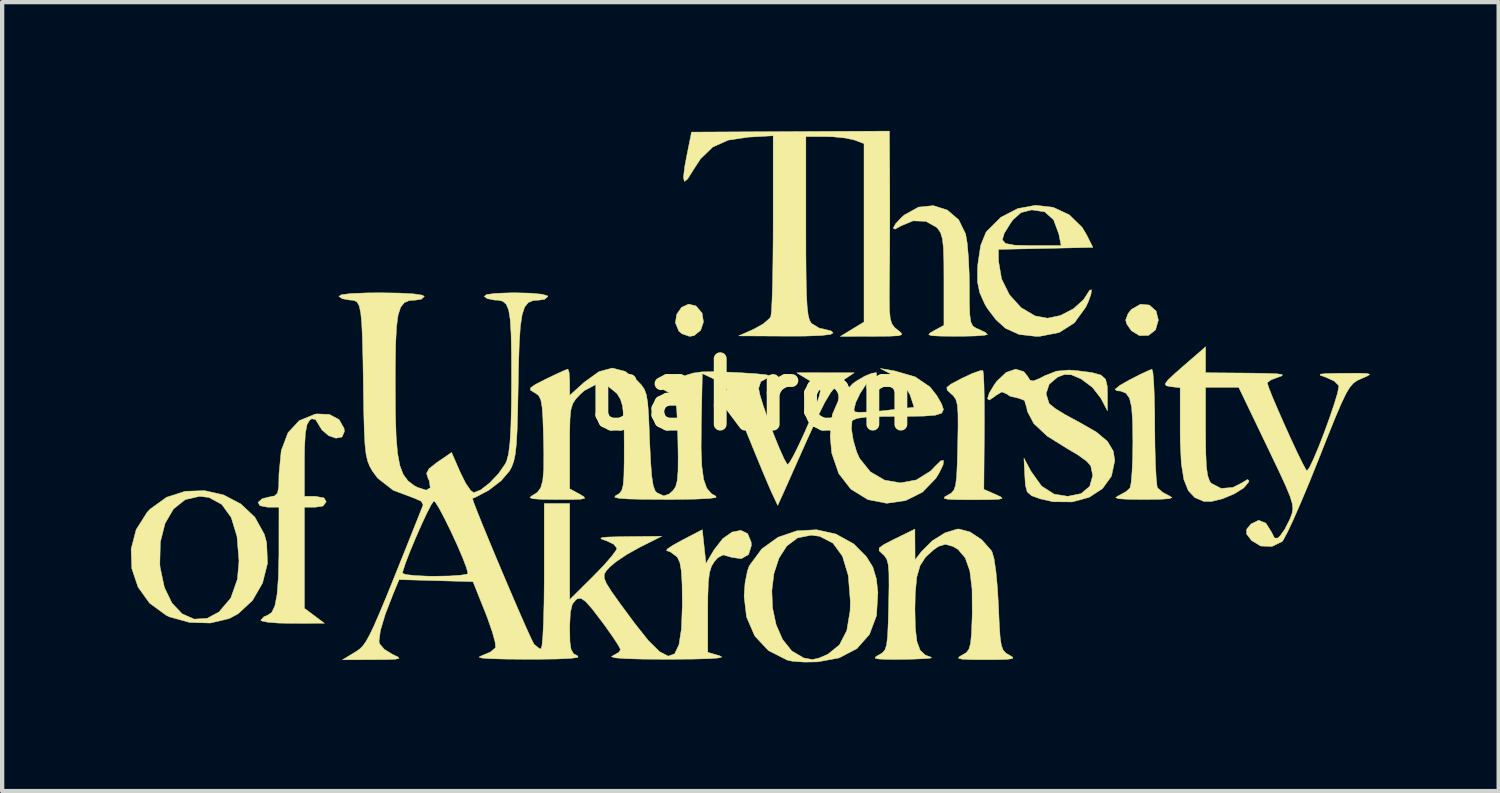
<source format=kicad_pcb>
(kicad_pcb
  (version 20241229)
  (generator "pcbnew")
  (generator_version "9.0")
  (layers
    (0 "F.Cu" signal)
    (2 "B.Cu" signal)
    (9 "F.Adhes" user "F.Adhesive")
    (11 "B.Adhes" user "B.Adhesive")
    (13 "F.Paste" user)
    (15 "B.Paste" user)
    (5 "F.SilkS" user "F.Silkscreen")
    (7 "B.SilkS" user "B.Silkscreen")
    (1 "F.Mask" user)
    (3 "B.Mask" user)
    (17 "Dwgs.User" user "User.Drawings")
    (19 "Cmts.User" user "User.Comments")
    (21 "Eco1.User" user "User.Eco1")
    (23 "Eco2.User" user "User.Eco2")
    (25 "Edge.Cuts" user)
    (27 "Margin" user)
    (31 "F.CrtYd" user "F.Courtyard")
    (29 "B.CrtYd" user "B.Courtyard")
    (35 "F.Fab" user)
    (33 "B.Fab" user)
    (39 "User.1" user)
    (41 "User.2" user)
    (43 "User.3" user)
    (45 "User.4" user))
  (footprint "uakron"
    (layer "F.Cu")
    (at 14.457 6.143)
    (property "Reference" "uakron" (at 0 0 0) (layer "F.SilkS") (effects (font (size 1.524 1.524) (thickness 0.3))))
    (attr through_hole)
    (fp_poly (pts (xy -1.291 -2.065) (xy -1.149 -1.899) (xy -1.116 -1.691) (xy -1.182 -1.497) (xy -1.335 -1.373) (xy -1.439 -1.355) (xy -1.618 -1.416) (xy -1.689 -1.477) (xy -1.77 -1.671) (xy -1.739 -1.871) (xy -1.627 -2.031) (xy -1.462 -2.107) (xy -1.291 -2.065)) (stroke (width 0.01) (type solid)) (fill yes) (layer "F.SilkS"))
    (fp_poly (pts (xy 9.274 -2.085) (xy 9.43 -1.946) (xy 9.483 -1.736) (xy 9.417 -1.506) (xy 9.254 -1.378) (xy 9.043 -1.373) (xy 8.854 -1.488) (xy 8.746 -1.644) (xy 8.721 -1.736) (xy 8.776 -1.884) (xy 8.854 -1.984) (xy 9.066 -2.104) (xy 9.274 -2.085)) (stroke (width 0.01) (type solid)) (fill yes) (layer "F.SilkS"))
    (fp_poly (pts (xy 5.409 -0.465) (xy 5.42 -0.229) (xy 5.427 0.116) (xy 5.429 0.543) (xy 5.428 0.846) (xy 5.417 2.209) (xy 5.693 2.329) (xy 5.811 2.384) (xy 5.843 2.419) (xy 5.77 2.439) (xy 5.57 2.448) (xy 5.224 2.451) (xy 5.165 2.451) (xy 4.799 2.449) (xy 4.581 2.44) (xy 4.491 2.419) (xy 4.507 2.383) (xy 4.572 2.346) (xy 4.66 2.295) (xy 4.72 2.226) (xy 4.759 2.109) (xy 4.783 1.913) (xy 4.797 1.608) (xy 4.808 1.183) (xy 4.816 0.74) (xy 4.814 0.435) (xy 4.798 0.236) (xy 4.764 0.112) (xy 4.707 0.029) (xy 4.655 -0.017) (xy 4.563 -0.102) (xy 4.555 -0.168) (xy 4.653 -0.245) (xy 4.878 -0.364) (xy 4.914 -0.383) (xy 5.156 -0.495) (xy 5.333 -0.557) (xy 5.395 -0.56) (xy 5.409 -0.465)) (stroke (width 0.01) (type solid)) (fill yes) (layer "F.SilkS"))
    (fp_poly (pts (xy 9.356 -0.51) (xy 9.375 -0.291) (xy 9.389 0.041) (xy 9.398 0.457) (xy 9.399 0.741) (xy 9.404 1.204) (xy 9.415 1.611) (xy 9.432 1.929) (xy 9.452 2.128) (xy 9.465 2.176) (xy 9.589 2.283) (xy 9.739 2.361) (xy 9.8 2.4) (xy 9.738 2.426) (xy 9.538 2.44) (xy 9.186 2.445) (xy 9.144 2.445) (xy 8.776 2.441) (xy 8.563 2.428) (xy 8.489 2.403) (xy 8.538 2.365) (xy 8.549 2.361) (xy 8.731 2.261) (xy 8.823 2.176) (xy 8.849 2.055) (xy 8.87 1.802) (xy 8.884 1.457) (xy 8.889 1.096) (xy 8.883 0.624) (xy 8.86 0.295) (xy 8.811 0.085) (xy 8.728 -0.032) (xy 8.603 -0.081) (xy 8.513 -0.089) (xy 8.474 -0.122) (xy 8.587 -0.214) (xy 8.805 -0.339) (xy 9.059 -0.468) (xy 9.253 -0.559) (xy 9.335 -0.589) (xy 9.356 -0.51)) (stroke (width 0.01) (type solid)) (fill yes) (layer "F.SilkS"))
    (fp_poly (pts (xy 4.565 -4.299) (xy 4.83 -4.072) (xy 4.992 -3.743) (xy 5.029 -3.526) (xy 5.058 -3.191) (xy 5.076 -2.792) (xy 5.08 -2.517) (xy 5.081 -2.114) (xy 5.091 -1.848) (xy 5.115 -1.687) (xy 5.16 -1.597) (xy 5.234 -1.547) (xy 5.292 -1.524) (xy 5.448 -1.45) (xy 5.503 -1.399) (xy 5.425 -1.38) (xy 5.216 -1.365) (xy 4.914 -1.358) (xy 4.763 -1.358) (xy 4.413 -1.361) (xy 4.21 -1.371) (xy 4.133 -1.393) (xy 4.159 -1.432) (xy 4.255 -1.488) (xy 4.487 -1.614) (xy 4.487 -2.67) (xy 4.485 -3.118) (xy 4.474 -3.429) (xy 4.45 -3.635) (xy 4.409 -3.77) (xy 4.347 -3.864) (xy 4.318 -3.895) (xy 4.067 -4.036) (xy 3.767 -4.047) (xy 3.49 -3.932) (xy 3.347 -3.854) (xy 3.306 -3.878) (xy 3.36 -3.979) (xy 3.503 -4.131) (xy 3.562 -4.183) (xy 3.894 -4.367) (xy 4.241 -4.402) (xy 4.565 -4.299)) (stroke (width 0.01) (type solid)) (fill yes) (layer "F.SilkS"))
    (fp_poly (pts (xy -12.295 2.34) (xy -11.895 2.55) (xy -11.569 2.857) (xy -11.349 3.254) (xy -11.294 3.45) (xy -11.274 3.932) (xy -11.39 4.394) (xy -11.625 4.799) (xy -11.96 5.109) (xy -12.167 5.22) (xy -12.607 5.324) (xy -13.094 5.309) (xy -13.557 5.18) (xy -13.634 5.144) (xy -14.021 4.861) (xy -14.29 4.487) (xy -14.436 4.055) (xy -14.439 3.951) (xy -13.783 3.951) (xy -13.776 4.027) (xy -13.677 4.493) (xy -13.5 4.859) (xy -13.262 5.11) (xy -12.982 5.233) (xy -12.68 5.214) (xy -12.405 5.066) (xy -12.13 4.743) (xy -11.975 4.303) (xy -11.938 3.876) (xy -11.985 3.307) (xy -12.119 2.866) (xy -12.338 2.561) (xy -12.637 2.398) (xy -12.854 2.371) (xy -13.191 2.448) (xy -13.464 2.665) (xy -13.661 3.002) (xy -13.771 3.437) (xy -13.783 3.951) (xy -14.439 3.951) (xy -14.452 3.598) (xy -14.335 3.149) (xy -14.079 2.744) (xy -14.01 2.67) (xy -13.627 2.394) (xy -13.193 2.254) (xy -12.738 2.239) (xy -12.295 2.34)) (stroke (width 0.01) (type solid)) (fill yes) (layer "F.SilkS"))
    (fp_poly (pts (xy 1.972 3.251) (xy 2.386 3.481) (xy 2.68 3.778) (xy 2.83 4.019) (xy 2.912 4.291) (xy 2.948 4.61) (xy 2.916 5.151) (xy 2.751 5.59) (xy 2.458 5.921) (xy 2.042 6.137) (xy 1.543 6.229) (xy 1.232 6.234) (xy 0.959 6.214) (xy 0.839 6.189) (xy 0.399 5.966) (xy 0.08 5.627) (xy -0.112 5.184) (xy -0.169 4.704) (xy -0.16 4.567) (xy 0.477 4.567) (xy 0.494 4.974) (xy 0.577 5.363) (xy 0.727 5.706) (xy 0.941 5.974) (xy 1.221 6.138) (xy 1.422 6.175) (xy 1.57 6.142) (xy 1.774 6.055) (xy 1.781 6.052) (xy 2.051 5.834) (xy 2.223 5.502) (xy 2.3 5.044) (xy 2.306 4.812) (xy 2.258 4.217) (xy 2.123 3.768) (xy 1.901 3.463) (xy 1.592 3.303) (xy 1.393 3.277) (xy 1.076 3.34) (xy 0.825 3.529) (xy 0.642 3.815) (xy 0.526 4.171) (xy 0.477 4.567) (xy -0.16 4.567) (xy -0.147 4.39) (xy -0.091 4.108) (xy -0.047 3.988) (xy 0.242 3.597) (xy 0.62 3.326) (xy 1.056 3.176) (xy 1.518 3.15) (xy 1.972 3.251)) (stroke (width 0.01) (type solid)) (fill yes) (layer "F.SilkS"))
    (fp_poly (pts (xy -9.832 0.463) (xy -9.606 0.584) (xy -9.49 0.789) (xy -9.483 0.865) (xy -9.54 0.99) (xy -9.679 1.017) (xy -9.85 0.958) (xy -10.006 0.824) (xy -10.06 0.736) (xy -10.155 0.581) (xy -10.244 0.565) (xy -10.294 0.598) (xy -10.354 0.701) (xy -10.392 0.906) (xy -10.411 1.237) (xy -10.414 1.534) (xy -10.414 2.371) (xy -10.16 2.371) (xy -9.958 2.409) (xy -9.906 2.498) (xy -9.982 2.598) (xy -10.16 2.625) (xy -10.414 2.625) (xy -10.414 4.981) (xy -9.948 5.329) (xy -10.689 5.331) (xy -11.02 5.325) (xy -11.274 5.304) (xy -11.414 5.274) (xy -11.43 5.259) (xy -11.36 5.179) (xy -11.274 5.144) (xy -11.174 5.076) (xy -11.101 4.919) (xy -11.051 4.655) (xy -11.021 4.266) (xy -11.008 3.732) (xy -11.008 3.535) (xy -11.007 2.625) (xy -11.268 2.625) (xy -11.451 2.59) (xy -11.493 2.511) (xy -11.399 2.428) (xy -11.233 2.386) (xy -11.107 2.361) (xy -11.04 2.295) (xy -11.012 2.146) (xy -11.007 1.872) (xy -11.007 1.854) (xy -10.954 1.306) (xy -10.797 0.89) (xy -10.535 0.608) (xy -10.169 0.458) (xy -10.126 0.451) (xy -9.832 0.463)) (stroke (width 0.01) (type solid)) (fill yes) (layer "F.SilkS"))
    (fp_poly (pts (xy 7.033 -4.362) (xy 7.406 -4.189) (xy 7.708 -3.894) (xy 7.81 -3.724) (xy 7.958 -3.429) (xy 6.858 -3.405) (xy 5.757 -3.382) (xy 5.759 -3.109) (xy 5.829 -2.697) (xy 6.014 -2.324) (xy 6.284 -2.025) (xy 6.611 -1.832) (xy 6.9 -1.779) (xy 7.199 -1.841) (xy 7.503 -1.998) (xy 7.738 -2.209) (xy 7.791 -2.289) (xy 7.883 -2.432) (xy 7.924 -2.441) (xy 7.914 -2.344) (xy 7.854 -2.17) (xy 7.792 -2.037) (xy 7.526 -1.67) (xy 7.172 -1.445) (xy 6.72 -1.357) (xy 6.638 -1.355) (xy 6.241 -1.399) (xy 5.922 -1.543) (xy 5.918 -1.546) (xy 5.702 -1.741) (xy 5.497 -2.008) (xy 5.434 -2.117) (xy 5.32 -2.376) (xy 5.269 -2.623) (xy 5.27 -2.936) (xy 5.277 -3.037) (xy 5.343 -3.476) (xy 5.396 -3.606) (xy 5.848 -3.606) (xy 5.921 -3.52) (xy 6.127 -3.481) (xy 6.484 -3.471) (xy 6.53 -3.471) (xy 7.218 -3.471) (xy 7.164 -3.741) (xy 7.042 -4.072) (xy 6.835 -4.257) (xy 6.538 -4.302) (xy 6.526 -4.301) (xy 6.284 -4.24) (xy 6.099 -4.076) (xy 6.035 -3.988) (xy 5.892 -3.756) (xy 5.848 -3.606) (xy 5.396 -3.606) (xy 5.465 -3.776) (xy 5.481 -3.799) (xy 5.813 -4.13) (xy 6.205 -4.333) (xy 6.622 -4.41) (xy 7.033 -4.362)) (stroke (width 0.01) (type solid)) (fill yes) (layer "F.SilkS"))
    (fp_poly (pts (xy 3.341 -0.55) (xy 3.816 -0.413) (xy 4.162 -0.178) (xy 4.321 0.025) (xy 4.431 0.216) (xy 4.476 0.349) (xy 4.435 0.433) (xy 4.29 0.481) (xy 4.021 0.502) (xy 3.608 0.508) (xy 3.438 0.508) (xy 2.975 0.512) (xy 2.657 0.527) (xy 2.461 0.555) (xy 2.363 0.597) (xy 2.344 0.625) (xy 2.332 0.802) (xy 2.374 1.063) (xy 2.453 1.336) (xy 2.519 1.485) (xy 2.773 1.801) (xy 3.104 1.994) (xy 3.474 2.058) (xy 3.845 1.989) (xy 4.177 1.782) (xy 4.27 1.684) (xy 4.412 1.544) (xy 4.478 1.535) (xy 4.467 1.637) (xy 4.375 1.828) (xy 4.295 1.956) (xy 3.987 2.274) (xy 3.592 2.471) (xy 3.155 2.534) (xy 2.719 2.449) (xy 2.709 2.445) (xy 2.316 2.202) (xy 2.035 1.839) (xy 1.874 1.368) (xy 1.836 0.971) (xy 1.887 0.465) (xy 2.059 0.065) (xy 2.363 -0.254) (xy 2.451 -0.317) (xy 2.645 -0.43) (xy 2.809 -0.496) (xy 2.912 -0.511) (xy 2.92 -0.471) (xy 2.805 -0.37) (xy 2.804 -0.37) (xy 2.666 -0.229) (xy 2.533 -0.026) (xy 2.432 0.185) (xy 2.391 0.349) (xy 2.406 0.402) (xy 2.505 0.414) (xy 2.729 0.407) (xy 3.035 0.381) (xy 3.121 0.372) (xy 3.792 0.296) (xy 3.695 0) (xy 3.518 -0.295) (xy 3.302 -0.452) (xy 3.006 -0.607) (xy 3.341 -0.55)) (stroke (width 0.01) (type solid)) (fill yes) (layer "F.SilkS"))
    (fp_poly (pts (xy 3.224 -4.953) (xy 3.226 -4.394) (xy 3.225 -3.774) (xy 3.222 -3.172) (xy 3.218 -2.714) (xy 3.214 -2.275) (xy 3.218 -1.972) (xy 3.236 -1.775) (xy 3.272 -1.651) (xy 3.331 -1.569) (xy 3.401 -1.51) (xy 3.488 -1.438) (xy 3.503 -1.394) (xy 3.424 -1.37) (xy 3.227 -1.36) (xy 2.887 -1.357) (xy 2.836 -1.357) (xy 2.074 -1.355) (xy 2.349 -1.523) (xy 2.625 -1.691) (xy 2.625 -5.846) (xy 2.407 -5.929) (xy 2.197 -5.976) (xy 1.902 -6.006) (xy 1.73 -6.011) (xy 1.27 -6.011) (xy 1.27 -3.901) (xy 1.271 -3.234) (xy 1.276 -2.717) (xy 1.285 -2.33) (xy 1.3 -2.051) (xy 1.322 -1.861) (xy 1.352 -1.741) (xy 1.392 -1.669) (xy 1.403 -1.657) (xy 1.58 -1.548) (xy 1.694 -1.524) (xy 1.854 -1.484) (xy 1.905 -1.439) (xy 1.848 -1.402) (xy 1.629 -1.376) (xy 1.252 -1.362) (xy 0.83 -1.361) (xy -0.296 -1.367) (xy 0.051 -1.521) (xy 0.276 -1.646) (xy 0.427 -1.777) (xy 0.453 -1.819) (xy 0.469 -1.941) (xy 0.482 -2.207) (xy 0.494 -2.591) (xy 0.502 -3.07) (xy 0.507 -3.616) (xy 0.508 -3.996) (xy 0.508 -6.03) (xy -0.064 -5.998) (xy -0.539 -5.928) (xy -0.9 -5.767) (xy -1.186 -5.49) (xy -1.359 -5.224) (xy -1.487 -5.02) (xy -1.561 -4.965) (xy -1.582 -5.062) (xy -1.552 -5.316) (xy -1.502 -5.58) (xy -1.394 -6.115) (xy 0.912 -6.127) (xy 3.217 -6.138) (xy 3.224 -4.953)) (stroke (width 0.01) (type solid)) (fill yes) (layer "F.SilkS"))
    (fp_poly (pts (xy 6.347 -0.534) (xy 6.43 -0.432) (xy 6.493 -0.335) (xy 6.571 -0.317) (xy 6.719 -0.377) (xy 6.835 -0.438) (xy 7.109 -0.545) (xy 7.402 -0.571) (xy 7.592 -0.556) (xy 7.936 -0.512) (xy 8.145 -0.454) (xy 8.253 -0.358) (xy 8.292 -0.197) (xy 8.297 -0.013) (xy 8.297 0.378) (xy 8.142 0.083) (xy 7.947 -0.167) (xy 7.688 -0.361) (xy 7.679 -0.366) (xy 7.457 -0.46) (xy 7.295 -0.467) (xy 7.136 -0.407) (xy 6.94 -0.241) (xy 6.867 -0.02) (xy 6.934 0.199) (xy 6.952 0.223) (xy 7.078 0.324) (xy 7.309 0.467) (xy 7.599 0.624) (xy 7.63 0.64) (xy 8.036 0.872) (xy 8.298 1.091) (xy 8.434 1.321) (xy 8.467 1.539) (xy 8.391 1.9) (xy 8.183 2.19) (xy 7.87 2.395) (xy 7.476 2.502) (xy 7.031 2.498) (xy 6.731 2.43) (xy 6.529 2.357) (xy 6.427 2.268) (xy 6.385 2.108) (xy 6.372 1.903) (xy 6.351 1.482) (xy 6.519 1.794) (xy 6.762 2.133) (xy 7.054 2.32) (xy 7.372 2.371) (xy 7.684 2.308) (xy 7.884 2.138) (xy 7.954 1.886) (xy 7.907 1.658) (xy 7.81 1.551) (xy 7.606 1.404) (xy 7.366 1.263) (xy 6.896 0.97) (xy 6.582 0.678) (xy 6.43 0.391) (xy 6.417 0.313) (xy 6.364 0.137) (xy 6.226 0.085) (xy 6.221 0.085) (xy 6.029 0.039) (xy 5.946 -0.015) (xy 5.837 -0.062) (xy 5.695 0.022) (xy 5.675 0.041) (xy 5.546 0.128) (xy 5.503 0.097) (xy 5.542 -0.031) (xy 5.66 -0.229) (xy 5.719 -0.31) (xy 5.937 -0.515) (xy 6.158 -0.592) (xy 6.347 -0.534)) (stroke (width 0.01) (type solid)) (fill yes) (layer "F.SilkS"))
    (fp_poly (pts (xy 5.095 3.202) (xy 5.365 3.381) (xy 5.583 3.626) (xy 5.609 3.668) (xy 5.655 3.828) (xy 5.698 4.12) (xy 5.734 4.508) (xy 5.757 4.908) (xy 5.776 5.348) (xy 5.796 5.649) (xy 5.824 5.841) (xy 5.867 5.956) (xy 5.93 6.025) (xy 6.011 6.071) (xy 6.093 6.122) (xy 6.082 6.153) (xy 5.957 6.17) (xy 5.697 6.177) (xy 5.461 6.178) (xy 5.108 6.176) (xy 4.902 6.165) (xy 4.824 6.143) (xy 4.85 6.105) (xy 4.911 6.071) (xy 5.007 6.014) (xy 5.069 5.934) (xy 5.108 5.798) (xy 5.129 5.571) (xy 5.143 5.218) (xy 5.146 5.103) (xy 5.142 4.533) (xy 5.09 4.107) (xy 4.983 3.806) (xy 4.817 3.61) (xy 4.701 3.541) (xy 4.522 3.489) (xy 4.363 3.537) (xy 4.252 3.613) (xy 4.06 3.785) (xy 3.931 3.985) (xy 3.855 4.251) (xy 3.819 4.62) (xy 3.811 5) (xy 3.821 5.45) (xy 3.859 5.76) (xy 3.933 5.958) (xy 4.055 6.072) (xy 4.191 6.121) (xy 4.187 6.139) (xy 4.041 6.154) (xy 3.78 6.165) (xy 3.556 6.17) (xy 3.19 6.171) (xy 2.973 6.163) (xy 2.883 6.144) (xy 2.9 6.108) (xy 2.963 6.071) (xy 3.051 6.02) (xy 3.112 5.951) (xy 3.15 5.834) (xy 3.174 5.638) (xy 3.188 5.333) (xy 3.199 4.908) (xy 3.207 4.464) (xy 3.205 4.157) (xy 3.188 3.957) (xy 3.153 3.832) (xy 3.097 3.752) (xy 3.059 3.718) (xy 2.977 3.639) (xy 2.979 3.574) (xy 3.087 3.495) (xy 3.323 3.373) (xy 3.352 3.359) (xy 3.81 3.135) (xy 3.812 3.493) (xy 3.814 3.852) (xy 3.963 3.659) (xy 4.214 3.409) (xy 4.512 3.222) (xy 4.795 3.135) (xy 4.836 3.133) (xy 5.095 3.202)) (stroke (width 0.01) (type solid)) (fill yes) (layer "F.SilkS"))
    (fp_poly (pts (xy 10.583 -0.508) (xy 11.578 -0.5) (xy 11.994 -0.494) (xy 12.254 -0.483) (xy 12.372 -0.464) (xy 12.363 -0.436) (xy 12.298 -0.413) (xy 12.112 -0.344) (xy 12.023 -0.279) (xy 12.021 -0.273) (xy 12.053 -0.167) (xy 12.139 0.052) (xy 12.265 0.347) (xy 12.413 0.683) (xy 12.568 1.027) (xy 12.715 1.342) (xy 12.838 1.594) (xy 12.921 1.747) (xy 12.945 1.777) (xy 13.003 1.703) (xy 13.098 1.504) (xy 13.218 1.22) (xy 13.347 0.886) (xy 13.473 0.541) (xy 13.581 0.222) (xy 13.658 -0.033) (xy 13.688 -0.188) (xy 13.686 -0.21) (xy 13.579 -0.315) (xy 13.38 -0.406) (xy 13.36 -0.412) (xy 13.251 -0.451) (xy 13.257 -0.475) (xy 13.395 -0.489) (xy 13.682 -0.495) (xy 13.801 -0.496) (xy 14.147 -0.497) (xy 14.342 -0.491) (xy 14.407 -0.472) (xy 14.361 -0.436) (xy 14.222 -0.375) (xy 14.215 -0.372) (xy 14.114 -0.326) (xy 14.027 -0.265) (xy 13.944 -0.169) (xy 13.853 -0.018) (xy 13.745 0.209) (xy 13.606 0.533) (xy 13.428 0.974) (xy 13.21 1.524) (xy 13.001 2.044) (xy 12.803 2.515) (xy 12.629 2.913) (xy 12.488 3.213) (xy 12.392 3.391) (xy 12.366 3.425) (xy 12.13 3.54) (xy 11.866 3.529) (xy 11.655 3.401) (xy 11.537 3.247) (xy 11.541 3.136) (xy 11.644 3.015) (xy 11.82 2.929) (xy 11.989 2.998) (xy 12.117 3.201) (xy 12.189 3.344) (xy 12.264 3.344) (xy 12.319 3.295) (xy 12.43 3.137) (xy 12.545 2.909) (xy 12.558 2.879) (xy 12.598 2.769) (xy 12.616 2.665) (xy 12.603 2.541) (xy 12.552 2.372) (xy 12.453 2.133) (xy 12.299 1.798) (xy 12.081 1.343) (xy 12.016 1.206) (xy 11.355 -0.169) (xy 10.583 -0.169) (xy 10.583 0.883) (xy 10.588 1.348) (xy 10.602 1.672) (xy 10.631 1.885) (xy 10.676 2.015) (xy 10.716 2.068) (xy 10.945 2.187) (xy 11.222 2.164) (xy 11.422 2.062) (xy 11.56 1.979) (xy 11.594 2.006) (xy 11.586 2.04) (xy 11.473 2.175) (xy 11.253 2.313) (xy 10.982 2.427) (xy 10.719 2.492) (xy 10.543 2.491) (xy 10.333 2.401) (xy 10.18 2.238) (xy 10.078 1.982) (xy 10.018 1.608) (xy 9.993 1.098) (xy 9.991 0.873) (xy 9.991 -0.158) (xy 9.768 -0.185) (xy 9.666 -0.205) (xy 9.64 -0.247) (xy 9.704 -0.336) (xy 9.872 -0.494) (xy 10.064 -0.662) (xy 10.583 -1.112) (xy 10.583 -0.508)) (stroke (width 0.01) (type solid)) (fill yes) (layer "F.SilkS"))
    (fp_poly (pts (xy -2.941 -0.54) (xy -2.667 -0.331) (xy -2.565 -0.226) (xy -2.494 -0.124) (xy -2.446 0.006) (xy -2.415 0.199) (xy -2.394 0.485) (xy -2.377 0.898) (xy -2.371 1.063) (xy -2.348 1.552) (xy -2.322 1.897) (xy -2.287 2.12) (xy -2.241 2.245) (xy -2.201 2.288) (xy -2.041 2.361) (xy -1.914 2.317) (xy -1.824 2.235) (xy -1.765 2.149) (xy -1.728 2.009) (xy -1.709 1.786) (xy -1.706 1.449) (xy -1.712 1.073) (xy -1.724 0.641) (xy -1.739 0.347) (xy -1.764 0.16) (xy -1.805 0.05) (xy -1.869 -0.015) (xy -1.938 -0.054) (xy -2.046 -0.115) (xy -2.059 -0.168) (xy -1.956 -0.241) (xy -1.726 -0.357) (xy -1.534 -0.445) (xy -1.359 -0.5) (xy -1.16 -0.528) (xy -0.892 -0.533) (xy -0.514 -0.521) (xy -0.339 -0.513) (xy 0.088 -0.487) (xy 0.349 -0.46) (xy 0.449 -0.431) (xy 0.402 -0.401) (xy 0.219 -0.301) (xy 0.169 -0.142) (xy 0.2 0.01) (xy 0.28 0.27) (xy 0.394 0.594) (xy 0.523 0.936) (xy 0.652 1.253) (xy 0.763 1.5) (xy 0.839 1.632) (xy 0.841 1.634) (xy 0.891 1.584) (xy 0.988 1.414) (xy 1.113 1.16) (xy 1.252 0.858) (xy 1.387 0.545) (xy 1.502 0.258) (xy 1.582 0.033) (xy 1.609 -0.088) (xy 1.543 -0.182) (xy 1.38 -0.31) (xy 1.333 -0.34) (xy 1.058 -0.507) (xy 1.727 -0.508) (xy 2.396 -0.508) (xy 2.108 -0.314) (xy 1.977 -0.206) (xy 1.849 -0.048) (xy 1.709 0.186) (xy 1.541 0.522) (xy 1.328 0.988) (xy 1.312 1.022) (xy 1.124 1.444) (xy 0.954 1.826) (xy 0.817 2.134) (xy 0.727 2.334) (xy 0.709 2.374) (xy 0.614 2.582) (xy 0.475 2.286) (xy 0.392 2.098) (xy 0.263 1.792) (xy 0.104 1.407) (xy -0.07 0.982) (xy -0.107 0.89) (xy -0.288 0.447) (xy -0.426 0.135) (xy -0.537 -0.075) (xy -0.638 -0.209) (xy -0.745 -0.296) (xy -0.847 -0.35) (xy -1.143 -0.49) (xy -1.166 0.675) (xy -1.171 1.246) (xy -1.154 1.672) (xy -1.112 1.976) (xy -1.041 2.18) (xy -0.934 2.307) (xy -0.827 2.368) (xy -0.822 2.399) (xy -0.986 2.422) (xy -1.317 2.437) (xy -1.813 2.444) (xy -1.99 2.444) (xy -2.506 2.441) (xy -2.867 2.433) (xy -3.088 2.417) (xy -3.184 2.393) (xy -3.168 2.36) (xy -3.154 2.352) (xy -3.074 2.305) (xy -3.02 2.234) (xy -2.987 2.109) (xy -2.97 1.899) (xy -2.964 1.574) (xy -2.963 1.226) (xy -2.966 0.78) (xy -2.978 0.469) (xy -3.004 0.258) (xy -3.049 0.112) (xy -3.118 -0.003) (xy -3.139 -0.031) (xy -3.366 -0.215) (xy -3.621 -0.235) (xy -3.894 -0.09) (xy -3.986 -0.007) (xy -4.092 0.105) (xy -4.162 0.212) (xy -4.204 0.35) (xy -4.225 0.555) (xy -4.233 0.864) (xy -4.233 1.218) (xy -4.233 2.196) (xy -4 2.322) (xy -3.901 2.382) (xy -3.884 2.419) (xy -3.971 2.438) (xy -4.184 2.446) (xy -4.53 2.446) (xy -4.884 2.442) (xy -5.088 2.428) (xy -5.161 2.403) (xy -5.122 2.363) (xy -5.099 2.351) (xy -4.986 2.279) (xy -4.908 2.173) (xy -4.861 2.005) (xy -4.838 1.745) (xy -4.836 1.367) (xy -4.844 0.976) (xy -4.857 0.566) (xy -4.876 0.292) (xy -4.906 0.123) (xy -4.955 0.026) (xy -5.029 -0.032) (xy -5.055 -0.046) (xy -5.146 -0.102) (xy -5.145 -0.157) (xy -5.033 -0.235) (xy -4.789 -0.36) (xy -4.777 -0.365) (xy -4.527 -0.485) (xy -4.343 -0.568) (xy -4.274 -0.593) (xy -4.247 -0.518) (xy -4.234 -0.334) (xy -4.233 -0.286) (xy -4.233 0.02) (xy -3.894 -0.286) (xy -3.552 -0.533) (xy -3.24 -0.617) (xy -2.941 -0.54)) (stroke (width 0.01) (type solid)) (fill yes) (layer "F.SilkS"))
    (fp_poly (pts (xy -5.142 -2.362) (xy -4.88 -2.337) (xy -4.75 -2.3) (xy -4.741 -2.286) (xy -4.813 -2.221) (xy -4.94 -2.201) (xy -5.087 -2.19) (xy -5.199 -2.142) (xy -5.283 -2.038) (xy -5.342 -1.858) (xy -5.383 -1.582) (xy -5.408 -1.19) (xy -5.425 -0.663) (xy -5.433 -0.212) (xy -5.444 0.375) (xy -5.457 0.819) (xy -5.475 1.145) (xy -5.5 1.38) (xy -5.535 1.55) (xy -5.582 1.68) (xy -5.634 1.778) (xy -5.83 2.007) (xy -6.121 2.231) (xy -6.439 2.398) (xy -6.498 2.42) (xy -6.476 2.497) (xy -6.398 2.701) (xy -6.276 3.006) (xy -6.12 3.385) (xy -5.943 3.81) (xy -5.755 4.255) (xy -5.569 4.691) (xy -5.396 5.092) (xy -5.247 5.43) (xy -5.134 5.678) (xy -5.068 5.81) (xy -5.061 5.821) (xy -4.944 5.915) (xy -4.9 5.927) (xy -4.878 5.846) (xy -4.858 5.622) (xy -4.842 5.279) (xy -4.831 4.842) (xy -4.826 4.338) (xy -4.826 4.233) (xy -4.826 2.54) (xy -4.233 2.54) (xy -4.233 4.779) (xy -3.683 4.233) (xy -3.44 3.982) (xy -3.252 3.766) (xy -3.146 3.619) (xy -3.133 3.582) (xy -3.205 3.489) (xy -3.383 3.404) (xy -3.408 3.397) (xy -3.507 3.36) (xy -3.49 3.335) (xy -3.341 3.32) (xy -3.045 3.312) (xy -2.886 3.31) (xy -2.09 3.302) (xy -2.595 3.555) (xy -2.892 3.72) (xy -3.153 3.895) (xy -3.298 4.017) (xy -3.38 4.106) (xy -3.427 4.184) (xy -3.429 4.276) (xy -3.376 4.405) (xy -3.255 4.596) (xy -3.058 4.872) (xy -2.773 5.258) (xy -2.729 5.318) (xy -2.402 5.73) (xy -2.14 5.99) (xy -1.937 6.095) (xy -1.788 6.042) (xy -1.687 5.83) (xy -1.629 5.456) (xy -1.609 4.918) (xy -1.609 4.858) (xy -1.614 4.415) (xy -1.632 4.111) (xy -1.666 3.915) (xy -1.72 3.799) (xy -1.742 3.774) (xy -1.891 3.664) (xy -1.975 3.637) (xy -1.96 3.6) (xy -1.823 3.509) (xy -1.609 3.391) (xy -1.143 3.149) (xy -1.058 3.937) (xy -0.87 3.619) (xy -0.666 3.357) (xy -0.448 3.204) (xy -0.244 3.164) (xy -0.087 3.24) (xy -0.005 3.436) (xy 0 3.52) (xy -0.065 3.728) (xy -0.236 3.825) (xy -0.472 3.791) (xy -0.491 3.783) (xy -0.657 3.736) (xy -0.784 3.803) (xy -0.857 3.886) (xy -0.928 3.998) (xy -0.975 4.148) (xy -1.002 4.37) (xy -1.014 4.699) (xy -1.016 5.045) (xy -1.016 6.006) (xy -0.741 6.086) (xy -0.688 6.116) (xy -0.769 6.138) (xy -0.992 6.154) (xy -1.367 6.164) (xy -1.902 6.168) (xy -1.947 6.168) (xy -2.512 6.165) (xy -2.922 6.154) (xy -3.172 6.135) (xy -3.259 6.109) (xy -3.239 6.093) (xy -3.092 6.008) (xy -3.048 5.944) (xy -3.096 5.848) (xy -3.223 5.653) (xy -3.407 5.393) (xy -3.496 5.273) (xy -3.715 4.987) (xy -3.864 4.82) (xy -3.967 4.75) (xy -4.05 4.757) (xy -4.088 4.781) (xy -4.172 4.886) (xy -4.217 5.074) (xy -4.233 5.384) (xy -4.233 5.452) (xy -4.227 5.759) (xy -4.201 5.94) (xy -4.142 6.038) (xy -4.043 6.093) (xy -4.04 6.124) (xy -4.204 6.147) (xy -4.531 6.162) (xy -5.02 6.168) (xy -5.207 6.168) (xy -5.719 6.164) (xy -6.072 6.155) (xy -6.277 6.14) (xy -6.346 6.117) (xy -6.287 6.086) (xy -6.283 6.085) (xy -6.081 6) (xy -5.964 5.901) (xy -5.96 5.892) (xy -5.971 5.768) (xy -6.036 5.53) (xy -6.144 5.221) (xy -6.202 5.07) (xy -6.486 4.36) (xy -7.347 4.336) (xy -8.208 4.312) (xy -8.338 4.624) (xy -8.53 5.118) (xy -8.643 5.495) (xy -8.676 5.743) (xy -8.664 5.807) (xy -8.554 5.935) (xy -8.359 6.055) (xy -8.348 6.06) (xy -8.233 6.115) (xy -8.209 6.149) (xy -8.297 6.167) (xy -8.517 6.175) (xy -8.805 6.177) (xy -9.525 6.18) (xy -9.264 6.021) (xy -9.185 5.972) (xy -9.116 5.921) (xy -9.049 5.852) (xy -8.978 5.751) (xy -8.896 5.603) (xy -8.795 5.393) (xy -8.67 5.105) (xy -8.511 4.726) (xy -8.314 4.24) (xy -8.284 4.164) (xy -8.128 4.164) (xy -8.05 4.194) (xy -7.84 4.218) (xy -7.536 4.232) (xy -7.366 4.233) (xy -7.03 4.227) (xy -6.77 4.209) (xy -6.623 4.184) (xy -6.604 4.17) (xy -6.637 4.037) (xy -6.725 3.807) (xy -6.849 3.517) (xy -6.993 3.204) (xy -7.138 2.908) (xy -7.266 2.664) (xy -7.361 2.512) (xy -7.398 2.48) (xy -7.458 2.563) (xy -7.562 2.764) (xy -7.691 3.042) (xy -7.829 3.356) (xy -7.959 3.667) (xy -8.062 3.935) (xy -8.12 4.118) (xy -8.128 4.164) (xy -8.284 4.164) (xy -8.07 3.632) (xy -7.773 2.887) (xy -7.648 2.572) (xy -7.691 2.487) (xy -7.848 2.417) (xy -8.346 2.23) (xy -8.706 1.949) (xy -8.825 1.79) (xy -8.892 1.673) (xy -8.941 1.55) (xy -8.977 1.392) (xy -9.002 1.175) (xy -9.019 0.87) (xy -9.03 0.453) (xy -9.04 -0.105) (xy -9.04 -0.169) (xy -9.05 -0.807) (xy -9.062 -1.295) (xy -9.078 -1.654) (xy -9.102 -1.903) (xy -9.136 -2.062) (xy -9.184 -2.152) (xy -9.249 -2.191) (xy -9.333 -2.201) (xy -9.352 -2.201) (xy -9.531 -2.233) (xy -9.61 -2.286) (xy -9.554 -2.325) (xy -9.337 -2.353) (xy -8.966 -2.368) (xy -8.641 -2.371) (xy -8.194 -2.364) (xy -7.862 -2.345) (xy -7.666 -2.315) (xy -7.62 -2.286) (xy -7.692 -2.221) (xy -7.819 -2.201) (xy -7.971 -2.19) (xy -8.087 -2.141) (xy -8.172 -2.035) (xy -8.231 -1.853) (xy -8.268 -1.574) (xy -8.288 -1.179) (xy -8.296 -0.647) (xy -8.297 -0.218) (xy -8.293 0.449) (xy -8.277 0.968) (xy -8.245 1.362) (xy -8.191 1.653) (xy -8.112 1.861) (xy -8.002 2.01) (xy -7.857 2.121) (xy -7.783 2.162) (xy -7.578 2.228) (xy -7.481 2.172) (xy -7.506 2.008) (xy -7.532 1.953) (xy -7.568 1.835) (xy -7.51 1.728) (xy -7.333 1.588) (xy -7.303 1.567) (xy -6.985 1.349) (xy -6.781 1.817) (xy -6.657 2.066) (xy -6.54 2.236) (xy -6.47 2.286) (xy -6.306 2.222) (xy -6.097 2.059) (xy -5.892 1.843) (xy -5.735 1.617) (xy -5.703 1.552) (xy -5.658 1.385) (xy -5.625 1.118) (xy -5.603 0.735) (xy -5.591 0.217) (xy -5.588 -0.361) (xy -5.59 -0.965) (xy -5.599 -1.421) (xy -5.619 -1.748) (xy -5.655 -1.969) (xy -5.712 -2.104) (xy -5.793 -2.174) (xy -5.904 -2.199) (xy -5.981 -2.201) (xy -6.153 -2.235) (xy -6.223 -2.286) (xy -6.172 -2.329) (xy -5.962 -2.358) (xy -5.606 -2.37) (xy -5.508 -2.371) (xy -5.142 -2.362)) (stroke (width 0.01) (type solid)) (fill yes) (layer "F.SilkS")))
  (gr_rect
    (start -3 -3)
    (end 31.869 15.383)
    (stroke (width 0.1) (type default))
    (fill no)
    (layer "Edge.Cuts")))
</source>
